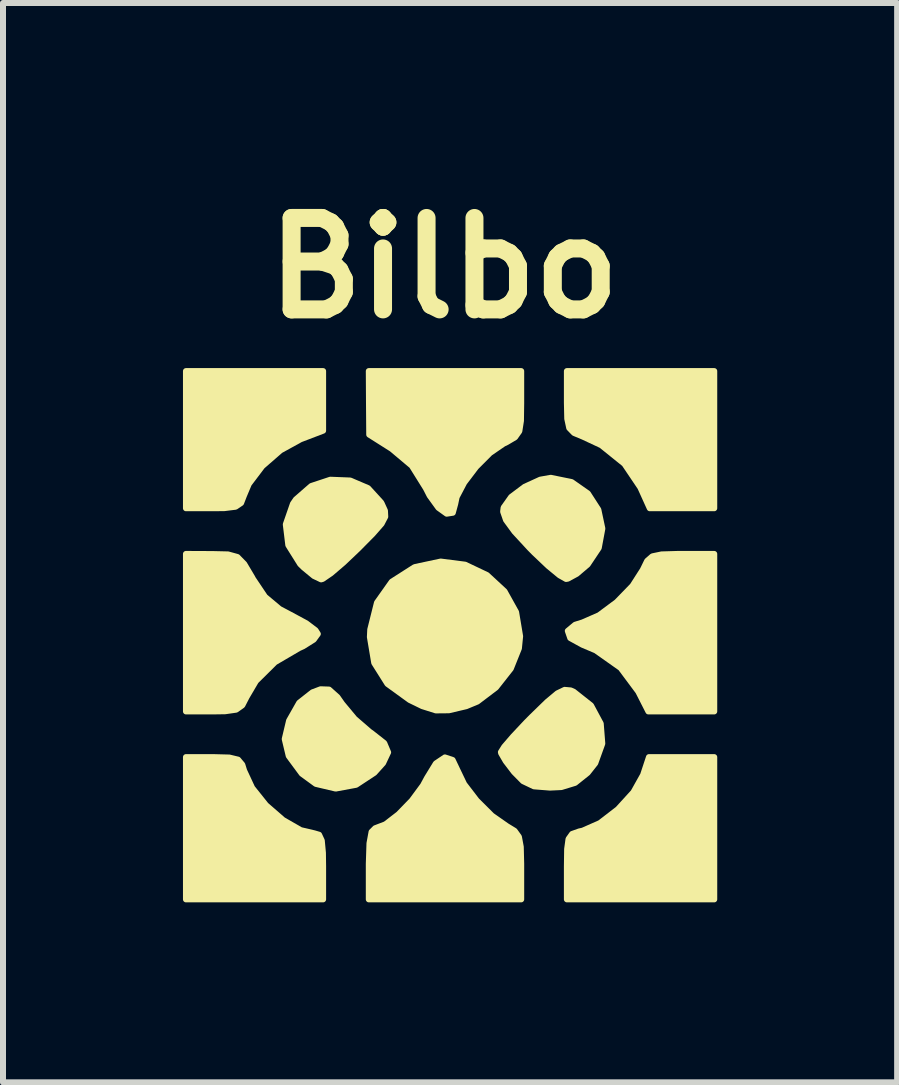
<source format=kicad_pcb>
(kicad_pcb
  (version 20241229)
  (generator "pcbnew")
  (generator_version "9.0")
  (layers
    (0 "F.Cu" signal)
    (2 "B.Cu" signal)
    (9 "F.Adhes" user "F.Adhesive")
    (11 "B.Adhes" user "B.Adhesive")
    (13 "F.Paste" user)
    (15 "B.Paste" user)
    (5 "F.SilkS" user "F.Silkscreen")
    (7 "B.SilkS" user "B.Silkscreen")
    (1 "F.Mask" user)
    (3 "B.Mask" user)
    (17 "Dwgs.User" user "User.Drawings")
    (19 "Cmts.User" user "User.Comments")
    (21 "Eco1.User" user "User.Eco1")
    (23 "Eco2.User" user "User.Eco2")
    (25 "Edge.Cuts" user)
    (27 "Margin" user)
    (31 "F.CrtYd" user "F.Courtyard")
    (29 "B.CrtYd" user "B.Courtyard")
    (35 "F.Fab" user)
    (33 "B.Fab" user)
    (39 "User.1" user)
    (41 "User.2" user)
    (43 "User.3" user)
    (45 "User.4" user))
  (footprint "Bilbo"
    (layer "F.Cu")
    (at 4.453 7.539)
    (property "Reference" "Bilbo" (at -0.102 -6.121 0) (layer "F.SilkS") (effects (font (size 1.524 1.524) (thickness 0.3))))
    (attr through_hole)
    (fp_poly (pts (xy -2.117 -3.41) (xy -2.494 -3.266) (xy -2.828 -3.082) (xy -3.131 -2.818) (xy -3.355 -2.522) (xy -3.437 -2.327) (xy -3.484 -2.205) (xy -3.577 -2.142) (xy -3.763 -2.119) (xy -3.946 -2.117) (xy -4.403 -2.117) (xy -4.403 -3.26) (xy -4.403 -4.403) (xy -3.26 -4.403) (xy -2.117 -4.403) (xy -2.117 -3.906) (xy -2.117 -3.41)) (stroke (width 0.1) (type solid)) (fill yes) (layer "F.SilkS"))
    (fp_poly (pts (xy 4.403 -2.117) (xy 3.865 -2.117) (xy 3.328 -2.117) (xy 3.171 -2.464) (xy 2.906 -2.857) (xy 2.521 -3.167) (xy 2.215 -3.31) (xy 2.066 -3.372) (xy 1.986 -3.455) (xy 1.953 -3.608) (xy 1.947 -3.879) (xy 1.947 -3.903) (xy 1.947 -4.403) (xy 3.175 -4.403) (xy 4.403 -4.403) (xy 4.403 -3.26) (xy 4.403 -2.117)) (stroke (width 0.1) (type solid)) (fill yes) (layer "F.SilkS"))
    (fp_poly (pts (xy 4.403 4.403) (xy 3.175 4.403) (xy 1.947 4.403) (xy 1.947 3.859) (xy 1.951 3.565) (xy 1.974 3.397) (xy 2.034 3.313) (xy 2.152 3.271) (xy 2.211 3.258) (xy 2.498 3.131) (xy 2.798 2.9) (xy 3.056 2.617) (xy 3.216 2.331) (xy 3.219 2.323) (xy 3.315 2.032) (xy 3.859 2.032) (xy 4.403 2.032) (xy 4.403 3.217) (xy 4.403 4.403)) (stroke (width 0.1) (type solid)) (fill yes) (layer "F.SilkS"))
    (fp_poly (pts (xy -2.117 4.403) (xy -3.26 4.403) (xy -4.403 4.403) (xy -4.403 3.217) (xy -4.403 2.032) (xy -3.946 2.032) (xy -3.68 2.039) (xy -3.535 2.074) (xy -3.464 2.158) (xy -3.433 2.258) (xy -3.3 2.544) (xy -3.07 2.832) (xy -2.785 3.08) (xy -2.491 3.249) (xy -2.265 3.302) (xy -2.184 3.326) (xy -2.139 3.423) (xy -2.12 3.627) (xy -2.117 3.852) (xy -2.117 4.403)) (stroke (width 0.1) (type solid)) (fill yes) (layer "F.SilkS"))
    (fp_poly (pts (xy -1.033 1.952) (xy -1.117 2.131) (xy -1.263 2.293) (xy -1.567 2.493) (xy -1.907 2.556) (xy -2.238 2.478) (xy -2.472 2.307) (xy -2.69 2.012) (xy -2.757 1.731) (xy -2.684 1.424) (xy -2.515 1.126) (xy -2.294 0.952) (xy -2.159 0.901) (xy -2.018 0.906) (xy -1.879 1.03) (xy -1.799 1.144) (xy -1.592 1.393) (xy -1.341 1.61) (xy -1.313 1.629) (xy -1.098 1.798) (xy -1.033 1.952)) (stroke (width 0.1) (type solid)) (fill yes) (layer "F.SilkS"))
    (fp_poly (pts (xy 2.538 -1.778) (xy 2.478 -1.456) (xy 2.293 -1.179) (xy 2.111 -1.024) (xy 1.962 -0.943) (xy 1.933 -0.938) (xy 1.825 -0.999) (xy 1.637 -1.154) (xy 1.405 -1.374) (xy 1.329 -1.451) (xy 1.074 -1.727) (xy 0.932 -1.921) (xy 0.884 -2.06) (xy 0.892 -2.127) (xy 1.018 -2.305) (xy 1.243 -2.474) (xy 1.503 -2.593) (xy 1.678 -2.624) (xy 2.026 -2.553) (xy 2.296 -2.364) (xy 2.471 -2.093) (xy 2.538 -1.778)) (stroke (width 0.1) (type solid)) (fill yes) (layer "F.SilkS"))
    (fp_poly (pts (xy -1.081 -1.976) (xy -1.142 -1.859) (xy -1.288 -1.692) (xy -1.532 -1.445) (xy -1.777 -1.212) (xy -1.985 -1.034) (xy -2.124 -0.939) (xy -2.15 -0.931) (xy -2.27 -0.988) (xy -2.442 -1.13) (xy -2.499 -1.186) (xy -2.697 -1.502) (xy -2.739 -1.848) (xy -2.62 -2.191) (xy -2.57 -2.264) (xy -2.314 -2.487) (xy -1.997 -2.592) (xy -1.666 -2.579) (xy -1.368 -2.452) (xy -1.15 -2.213) (xy -1.14 -2.195) (xy -1.086 -2.076) (xy -1.081 -1.976)) (stroke (width 0.1) (type solid)) (fill yes) (layer "F.SilkS"))
    (fp_poly (pts (xy 1.167 0.017) (xy 1.147 0.219) (xy 1.012 0.556) (xy 0.764 0.871) (xy 0.454 1.106) (xy 0.268 1.183) (xy -0.021 1.251) (xy -0.238 1.253) (xy -0.463 1.182) (xy -0.674 1.079) (xy -1.044 0.811) (xy -1.265 0.46) (xy -1.337 0.03) (xy -1.331 -0.095) (xy -1.219 -0.543) (xy -0.972 -0.892) (xy -0.598 -1.131) (xy -0.579 -1.138) (xy -0.157 -1.228) (xy 0.25 -1.176) (xy 0.614 -1.003) (xy 0.907 -0.732) (xy 1.1 -0.385) (xy 1.167 0.017)) (stroke (width 0.1) (type solid)) (fill yes) (layer "F.SilkS"))
    (fp_poly (pts (xy 2.537 1.807) (xy 2.42 2.132) (xy 2.293 2.293) (xy 2.083 2.461) (xy 1.854 2.531) (xy 1.665 2.54) (xy 1.398 2.519) (xy 1.216 2.432) (xy 1.066 2.28) (xy 0.927 2.098) (xy 0.851 1.967) (xy 0.847 1.948) (xy 0.903 1.859) (xy 1.053 1.685) (xy 1.268 1.456) (xy 1.361 1.362) (xy 1.617 1.113) (xy 1.789 0.969) (xy 1.909 0.911) (xy 2.01 0.92) (xy 2.06 0.942) (xy 2.349 1.171) (xy 2.511 1.473) (xy 2.537 1.807)) (stroke (width 0.1) (type solid)) (fill yes) (layer "F.SilkS"))
    (fp_poly (pts (xy 4.403 1.27) (xy 3.854 1.27) (xy 3.305 1.27) (xy 3.136 0.938) (xy 2.844 0.546) (xy 2.429 0.253) (xy 2.205 0.158) (xy 2.003 0.047) (xy 1.962 -0.072) (xy 2.084 -0.174) (xy 2.211 -0.214) (xy 2.483 -0.333) (xy 2.779 -0.553) (xy 3.041 -0.823) (xy 3.214 -1.093) (xy 3.218 -1.102) (xy 3.285 -1.239) (xy 3.372 -1.315) (xy 3.526 -1.347) (xy 3.795 -1.355) (xy 3.863 -1.355) (xy 4.403 -1.355) (xy 4.403 -0.042) (xy 4.403 1.27)) (stroke (width 0.1) (type solid)) (fill yes) (layer "F.SilkS"))
    (fp_poly (pts (xy 1.185 -3.868) (xy 1.181 -3.575) (xy 1.154 -3.402) (xy 1.082 -3.3) (xy 0.945 -3.219) (xy 0.891 -3.193) (xy 0.665 -3.038) (xy 0.433 -2.805) (xy 0.235 -2.544) (xy 0.109 -2.304) (xy 0.085 -2.189) (xy 0.045 -2.042) (xy -0.057 -2.026) (xy -0.195 -2.125) (xy -0.341 -2.327) (xy -0.404 -2.45) (xy -0.638 -2.825) (xy -0.971 -3.105) (xy -0.972 -3.106) (xy -1.348 -3.344) (xy -1.352 -3.873) (xy -1.355 -4.403) (xy -0.085 -4.403) (xy 1.185 -4.403) (xy 1.185 -3.868)) (stroke (width 0.1) (type solid)) (fill yes) (layer "F.SilkS"))
    (fp_poly (pts (xy -2.205 -0.022) (xy -2.274 0.073) (xy -2.449 0.183) (xy -2.519 0.215) (xy -2.919 0.449) (xy -3.237 0.764) (xy -3.391 1.026) (xy -3.464 1.168) (xy -3.567 1.241) (xy -3.75 1.267) (xy -3.947 1.27) (xy -4.403 1.27) (xy -4.403 -0.042) (xy -4.403 -1.355) (xy -3.958 -1.353) (xy -3.702 -1.347) (xy -3.546 -1.304) (xy -3.432 -1.188) (xy -3.299 -0.964) (xy -3.286 -0.939) (xy -3.086 -0.641) (xy -2.844 -0.438) (xy -2.633 -0.326) (xy -2.398 -0.199) (xy -2.243 -0.082) (xy -2.205 -0.022)) (stroke (width 0.1) (type solid)) (fill yes) (layer "F.SilkS"))
    (fp_poly (pts (xy 1.185 4.403) (xy -0.085 4.403) (xy -1.355 4.403) (xy -1.355 3.81) (xy -1.344 3.469) (xy -1.309 3.278) (xy -1.248 3.217) (xy -1.247 3.217) (xy -1.077 3.152) (xy -0.859 2.984) (xy -0.637 2.755) (xy -0.452 2.504) (xy -0.384 2.378) (xy -0.237 2.138) (xy -0.087 2.037) (xy 0.042 2.08) (xy 0.119 2.242) (xy 0.234 2.482) (xy 0.443 2.755) (xy 0.697 3.008) (xy 0.944 3.181) (xy 1.075 3.261) (xy 1.147 3.361) (xy 1.178 3.528) (xy 1.185 3.81) (xy 1.185 3.855) (xy 1.185 4.403)) (stroke (width 0.1) (type solid)) (fill yes) (layer "F.SilkS")))
  (gr_rect
    (start -3 -3)
    (end 11.905 14.992)
    (stroke (width 0.1) (type default))
    (fill no)
    (layer "Edge.Cuts")))
</source>
